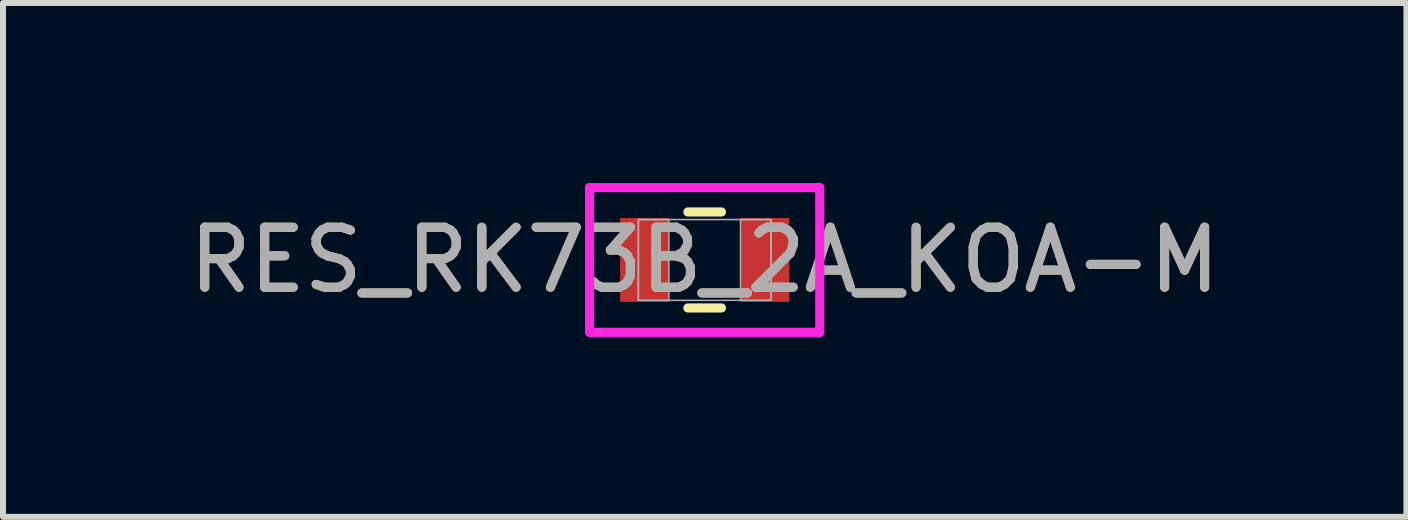
<source format=kicad_pcb>
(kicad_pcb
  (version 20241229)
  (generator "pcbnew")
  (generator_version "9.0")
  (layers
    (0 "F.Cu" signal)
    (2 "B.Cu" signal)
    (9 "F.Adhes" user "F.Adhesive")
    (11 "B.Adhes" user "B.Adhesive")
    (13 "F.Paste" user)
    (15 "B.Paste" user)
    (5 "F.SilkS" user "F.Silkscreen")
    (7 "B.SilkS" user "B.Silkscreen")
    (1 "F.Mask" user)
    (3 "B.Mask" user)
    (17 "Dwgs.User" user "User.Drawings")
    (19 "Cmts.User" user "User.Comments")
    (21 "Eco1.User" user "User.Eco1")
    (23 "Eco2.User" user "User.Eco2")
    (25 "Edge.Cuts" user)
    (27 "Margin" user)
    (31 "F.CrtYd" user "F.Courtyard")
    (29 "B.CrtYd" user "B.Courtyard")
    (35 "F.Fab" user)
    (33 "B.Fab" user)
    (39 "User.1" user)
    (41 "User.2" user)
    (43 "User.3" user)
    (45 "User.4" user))
  (footprint "RES_RK73B_2A_KOA-M"
    (layer "F.Cu")
    (at 8.696 1.283)
    (property "Reference" "RES_RK73B_2A_KOA-M" (at 0 0 0) (unlocked yes) (layer "F.SilkS") (effects (font (size 1 1) (thickness 0.15))))
    (attr smd)
    (fp_line (start -0.28 0.8) (end 0.28 0.8) (stroke (width 0.152) (type solid)) (layer "F.SilkS"))
    (fp_line (start 0.28 -0.8) (end -0.28 -0.8) (stroke (width 0.152) (type solid)) (layer "F.SilkS"))
    (fp_line (start -1.918 -1.206) (end 1.918 -1.206) (stroke (width 0.152) (type solid)) (layer "F.CrtYd"))
    (fp_line (start -1.918 1.206) (end -1.918 -1.206) (stroke (width 0.152) (type solid)) (layer "F.CrtYd"))
    (fp_line (start 1.918 -1.206) (end 1.918 1.206) (stroke (width 0.152) (type solid)) (layer "F.CrtYd"))
    (fp_line (start 1.918 1.206) (end -1.918 1.206) (stroke (width 0.152) (type solid)) (layer "F.CrtYd"))
    (fp_line (start -1.105 -0.673) (end -1.105 0.673) (stroke (width 0.025) (type solid)) (layer "F.Fab"))
    (fp_line (start -1.105 -0.673) (end -1.105 0.673) (stroke (width 0.025) (type solid)) (layer "F.Fab"))
    (fp_line (start -1.105 0.673) (end -0.597 0.673) (stroke (width 0.025) (type solid)) (layer "F.Fab"))
    (fp_line (start -1.105 0.673) (end 1.105 0.673) (stroke (width 0.025) (type solid)) (layer "F.Fab"))
    (fp_line (start -0.597 -0.673) (end -1.105 -0.673) (stroke (width 0.025) (type solid)) (layer "F.Fab"))
    (fp_line (start -0.597 0.673) (end -0.597 -0.673) (stroke (width 0.025) (type solid)) (layer "F.Fab"))
    (fp_line (start 0.597 -0.673) (end 0.597 0.673) (stroke (width 0.025) (type solid)) (layer "F.Fab"))
    (fp_line (start 0.597 0.673) (end 1.105 0.673) (stroke (width 0.025) (type solid)) (layer "F.Fab"))
    (fp_line (start 1.105 -0.673) (end -1.105 -0.673) (stroke (width 0.025) (type solid)) (layer "F.Fab"))
    (fp_line (start 1.105 -0.673) (end 0.597 -0.673) (stroke (width 0.025) (type solid)) (layer "F.Fab"))
    (fp_line (start 1.105 0.673) (end 1.105 -0.673) (stroke (width 0.025) (type solid)) (layer "F.Fab"))
    (fp_line (start 1.105 0.673) (end 1.105 -0.673) (stroke (width 0.025) (type solid)) (layer "F.Fab"))
    (fp_text user "${REFERENCE}" (at 0 0 0) (unlocked yes) (layer "F.Fab") (effects (font (size 1 1) (thickness 0.15))))
    (pad "1" smd rect (at -1.003 0) (size 0.813 1.397) (layers "F.Cu" "F.Mask" "F.Paste"))
    (pad "2" smd rect (at 1.003 0) (size 0.813 1.397) (layers "F.Cu" "F.Mask" "F.Paste"))
    (zone (net_name "") (layer "F.Cu") (hatch full 0.508) (connect_pads) (min_thickness 0.254) (filled_areas_thickness no) (keepout (tracks not_allowed) (vias not_allowed) (pads allowed) (copperpour not_allowed) (footprints allowed)) (placement (enabled no)) (fill) (polygon (pts (xy 8.15 0.66) (xy 9.243 0.66) (xy 9.243 1.905) (xy 8.15 1.905)))))
  (gr_rect
    (start -3 -3)
    (end 20.393 5.565)
    (stroke (width 0.1) (type default))
    (fill no)
    (layer "Edge.Cuts")))
</source>
